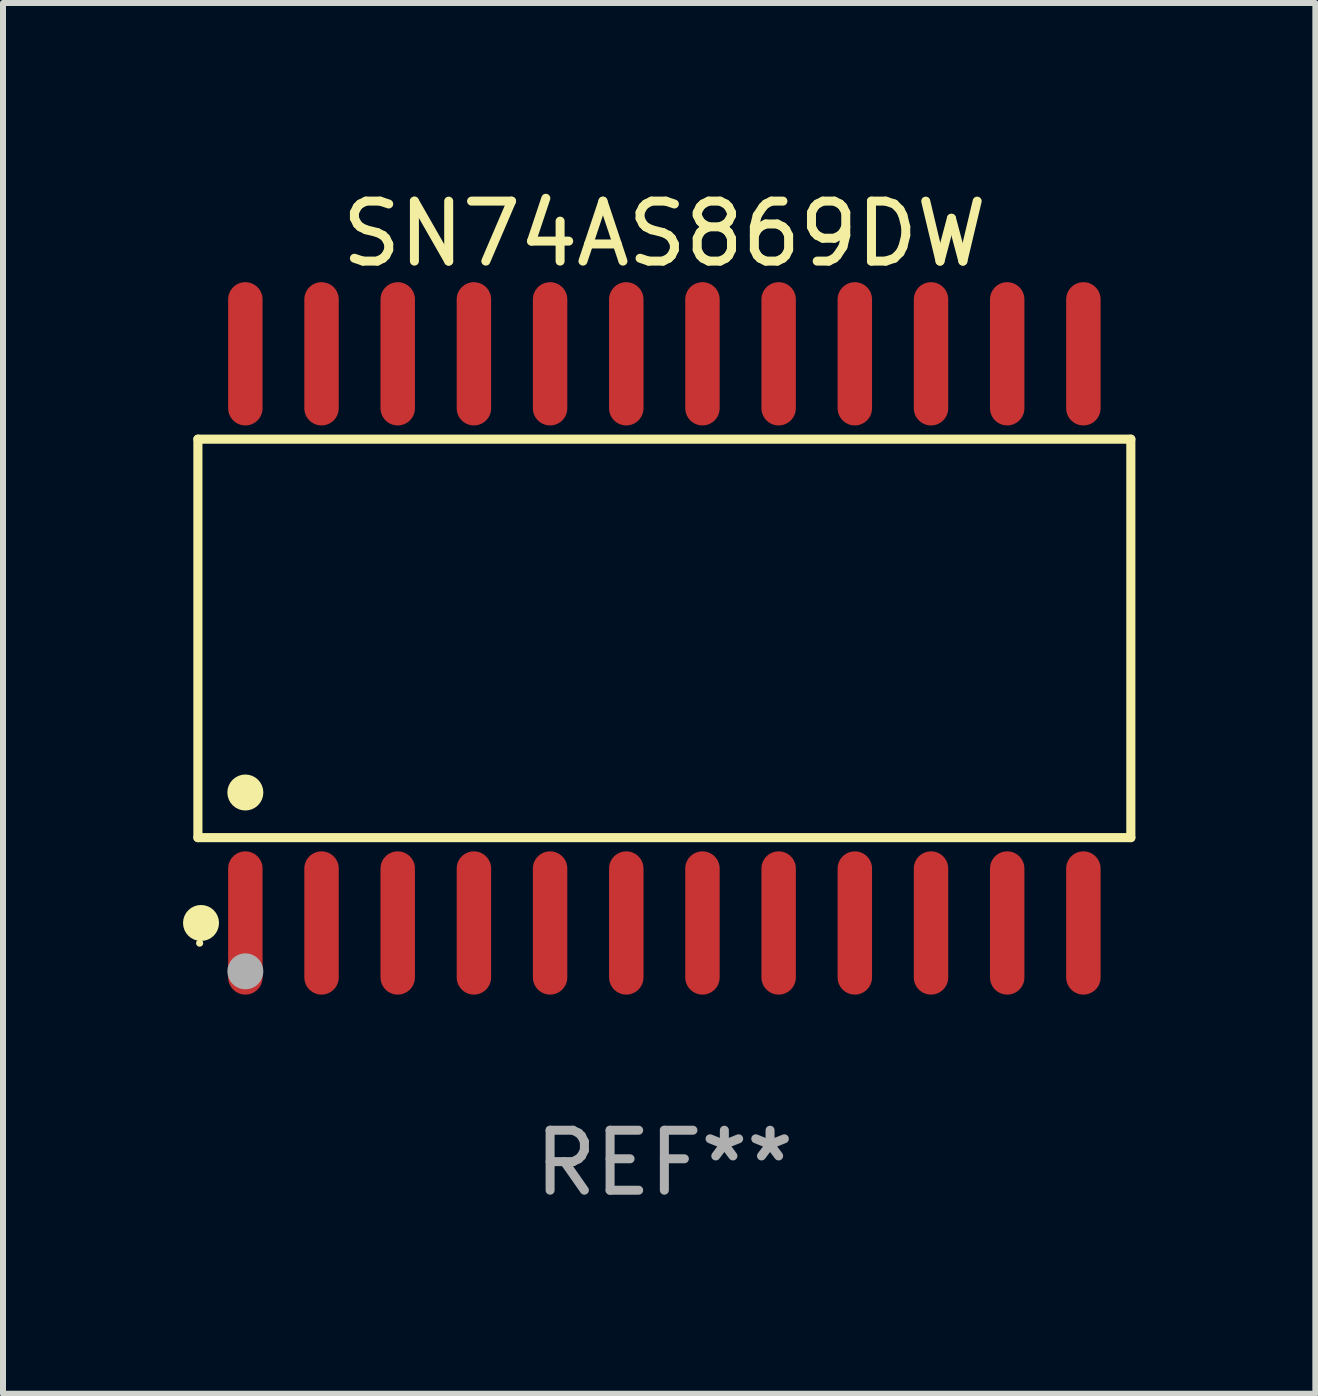
<source format=kicad_pcb>
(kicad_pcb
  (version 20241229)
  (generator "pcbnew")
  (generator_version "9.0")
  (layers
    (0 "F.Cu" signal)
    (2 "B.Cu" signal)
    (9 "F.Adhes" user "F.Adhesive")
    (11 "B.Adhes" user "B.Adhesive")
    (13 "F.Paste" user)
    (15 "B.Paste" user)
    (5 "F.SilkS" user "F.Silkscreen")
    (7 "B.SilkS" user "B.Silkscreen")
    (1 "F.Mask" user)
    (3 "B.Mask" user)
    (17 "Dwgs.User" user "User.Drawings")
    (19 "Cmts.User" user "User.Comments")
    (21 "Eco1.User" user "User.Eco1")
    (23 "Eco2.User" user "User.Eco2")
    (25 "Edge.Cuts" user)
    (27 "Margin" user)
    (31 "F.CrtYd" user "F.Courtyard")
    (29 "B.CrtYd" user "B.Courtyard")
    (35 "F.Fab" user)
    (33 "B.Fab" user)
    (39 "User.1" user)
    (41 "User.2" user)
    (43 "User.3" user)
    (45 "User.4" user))
  (footprint "SN74AS869DW"
    (layer "F.Cu")
    (at 8.025 7.592)
    (property "Reference" "SN74AS869DW" (at 0 -6.744 0) (layer "F.SilkS") (effects (font (size 1 1) (thickness 0.15))))
    (attr through_hole)
    (fp_line (start -7.776 -3.321) (end 7.776 -3.321) (stroke (width 0.152) (type solid)) (layer "F.SilkS"))
    (fp_line (start -7.776 3.321) (end -7.776 -3.321) (stroke (width 0.152) (type solid)) (layer "F.SilkS"))
    (fp_line (start 7.776 -3.321) (end 7.776 3.321) (stroke (width 0.152) (type solid)) (layer "F.SilkS"))
    (fp_line (start 7.776 3.321) (end -7.776 3.321) (stroke (width 0.152) (type solid)) (layer "F.SilkS"))
    (fp_circle (center -7.747 5.08) (end -7.717 5.08) (stroke (width 0.06) (type solid)) (fill no) (layer "F.SilkS"))
    (fp_circle (center -7.724 4.744) (end -7.574 4.744) (stroke (width 0.3) (type solid)) (fill no) (layer "F.SilkS"))
    (fp_circle (center -6.985 2.569) (end -6.835 2.569) (stroke (width 0.3) (type solid)) (fill no) (layer "F.SilkS"))
    (fp_circle (center -6.985 5.55) (end -6.835 5.55) (stroke (width 0.3) (type solid)) (fill no) (layer "F.Fab"))
    (fp_text user "REF**" (at 0 8.744 0) (layer "F.Fab") (effects (font (size 1 1) (thickness 0.15))))
    (pad "1" smd oval (at -6.985 4.744) (size 0.574 2.388) (layers "F.Cu" "F.Mask" "F.Paste"))
    (pad "2" smd oval (at -5.715 4.744) (size 0.574 2.388) (layers "F.Cu" "F.Mask" "F.Paste"))
    (pad "3" smd oval (at -4.445 4.744) (size 0.574 2.388) (layers "F.Cu" "F.Mask" "F.Paste"))
    (pad "4" smd oval (at -3.175 4.744) (size 0.574 2.388) (layers "F.Cu" "F.Mask" "F.Paste"))
    (pad "5" smd oval (at -1.905 4.744) (size 0.574 2.388) (layers "F.Cu" "F.Mask" "F.Paste"))
    (pad "6" smd oval (at -0.635 4.744) (size 0.574 2.388) (layers "F.Cu" "F.Mask" "F.Paste"))
    (pad "7" smd oval (at 0.635 4.744) (size 0.574 2.388) (layers "F.Cu" "F.Mask" "F.Paste"))
    (pad "8" smd oval (at 1.905 4.744) (size 0.574 2.388) (layers "F.Cu" "F.Mask" "F.Paste"))
    (pad "9" smd oval (at 3.175 4.744) (size 0.574 2.388) (layers "F.Cu" "F.Mask" "F.Paste"))
    (pad "10" smd oval (at 4.445 4.744) (size 0.574 2.388) (layers "F.Cu" "F.Mask" "F.Paste"))
    (pad "11" smd oval (at 5.715 4.744) (size 0.574 2.388) (layers "F.Cu" "F.Mask" "F.Paste"))
    (pad "12" smd oval (at 6.985 4.744) (size 0.574 2.388) (layers "F.Cu" "F.Mask" "F.Paste"))
    (pad "13" smd oval (at 6.985 -4.744) (size 0.574 2.388) (layers "F.Cu" "F.Mask" "F.Paste"))
    (pad "14" smd oval (at 5.715 -4.744) (size 0.574 2.388) (layers "F.Cu" "F.Mask" "F.Paste"))
    (pad "15" smd oval (at 4.445 -4.744) (size 0.574 2.388) (layers "F.Cu" "F.Mask" "F.Paste"))
    (pad "16" smd oval (at 3.175 -4.744) (size 0.574 2.388) (layers "F.Cu" "F.Mask" "F.Paste"))
    (pad "17" smd oval (at 1.905 -4.744) (size 0.574 2.388) (layers "F.Cu" "F.Mask" "F.Paste"))
    (pad "18" smd oval (at 0.635 -4.744) (size 0.574 2.388) (layers "F.Cu" "F.Mask" "F.Paste"))
    (pad "19" smd oval (at -0.635 -4.744) (size 0.574 2.388) (layers "F.Cu" "F.Mask" "F.Paste"))
    (pad "20" smd oval (at -1.905 -4.744) (size 0.574 2.388) (layers "F.Cu" "F.Mask" "F.Paste"))
    (pad "21" smd oval (at -3.175 -4.744) (size 0.574 2.388) (layers "F.Cu" "F.Mask" "F.Paste"))
    (pad "22" smd oval (at -4.445 -4.744) (size 0.574 2.388) (layers "F.Cu" "F.Mask" "F.Paste"))
    (pad "23" smd oval (at -5.715 -4.744) (size 0.574 2.388) (layers "F.Cu" "F.Mask" "F.Paste"))
    (pad "24" smd oval (at -6.985 -4.744) (size 0.574 2.388) (layers "F.Cu" "F.Mask" "F.Paste")))
  (gr_rect
    (start -3 -3)
    (end 18.877 20.184)
    (stroke (width 0.1) (type default))
    (fill no)
    (layer "Edge.Cuts")))
</source>
